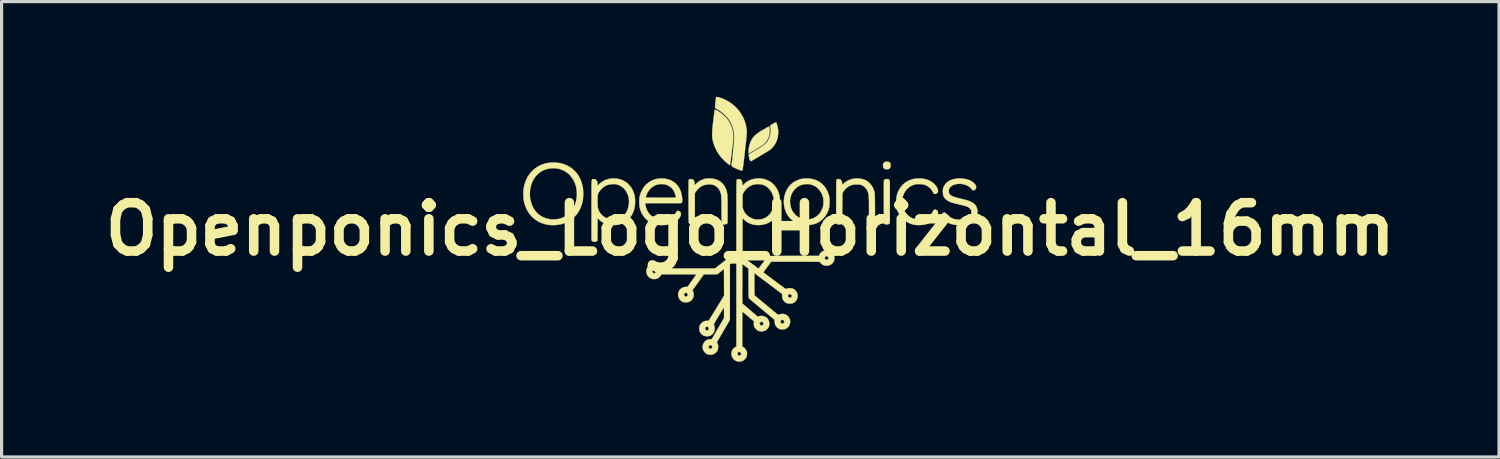
<source format=kicad_pcb>
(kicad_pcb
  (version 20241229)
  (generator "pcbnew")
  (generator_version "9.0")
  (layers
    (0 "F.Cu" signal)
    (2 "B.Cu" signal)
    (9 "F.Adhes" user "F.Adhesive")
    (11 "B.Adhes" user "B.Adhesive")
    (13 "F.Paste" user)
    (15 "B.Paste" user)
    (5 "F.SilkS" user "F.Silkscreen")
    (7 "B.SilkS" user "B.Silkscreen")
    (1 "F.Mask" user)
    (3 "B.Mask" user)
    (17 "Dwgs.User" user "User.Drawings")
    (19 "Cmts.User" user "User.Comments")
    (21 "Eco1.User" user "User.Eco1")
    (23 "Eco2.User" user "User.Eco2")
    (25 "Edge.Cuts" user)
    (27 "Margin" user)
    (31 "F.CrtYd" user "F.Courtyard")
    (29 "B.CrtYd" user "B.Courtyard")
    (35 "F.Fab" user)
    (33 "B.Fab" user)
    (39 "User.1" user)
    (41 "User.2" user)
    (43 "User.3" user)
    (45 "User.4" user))
  (footprint "Openponics_Logo_Horizontal_16mm"
    (layer "F.Cu")
    (at 20.581 4.168)
    (property "Reference" "Openponics_Logo_Horizontal_16mm" (at 0 0 0) (layer "F.SilkS") (effects (font (size 1.524 1.524) (thickness 0.3))))
    (attr through_hole)
    (fp_poly (pts (xy 4.315 -2.126) (xy 4.345 -2.123) (xy 4.365 -2.117) (xy 4.381 -2.107) (xy 4.392 -2.097) (xy 4.405 -2.083) (xy 4.412 -2.071) (xy 4.416 -2.054) (xy 4.417 -2.03) (xy 4.417 -2.009) (xy 4.417 -1.976) (xy 4.414 -1.955) (xy 4.409 -1.94) (xy 4.4 -1.928) (xy 4.397 -1.925) (xy 4.378 -1.906) (xy 4.359 -1.895) (xy 4.335 -1.889) (xy 4.318 -1.886) (xy 4.275 -1.887) (xy 4.251 -1.893) (xy 4.227 -1.904) (xy 4.208 -1.918) (xy 4.205 -1.921) (xy 4.189 -1.95) (xy 4.18 -1.987) (xy 4.179 -2.024) (xy 4.18 -2.03) (xy 4.193 -2.072) (xy 4.214 -2.101) (xy 4.246 -2.119) (xy 4.289 -2.126) (xy 4.315 -2.126)) (stroke (width 0.01) (type solid)) (fill yes) (layer "F.SilkS"))
    (fp_poly (pts (xy 4.337 -1.575) (xy 4.369 -1.56) (xy 4.388 -1.536) (xy 4.388 -1.534) (xy 4.39 -1.525) (xy 4.392 -1.507) (xy 4.393 -1.48) (xy 4.394 -1.441) (xy 4.395 -1.392) (xy 4.395 -1.33) (xy 4.396 -1.256) (xy 4.396 -1.169) (xy 4.396 -1.068) (xy 4.396 -0.952) (xy 4.396 -0.851) (xy 4.393 -0.189) (xy 4.371 -0.17) (xy 4.356 -0.159) (xy 4.338 -0.153) (xy 4.312 -0.151) (xy 4.297 -0.151) (xy 4.267 -0.152) (xy 4.248 -0.155) (xy 4.234 -0.163) (xy 4.226 -0.17) (xy 4.207 -0.19) (xy 4.207 -1.533) (xy 4.23 -1.556) (xy 4.247 -1.571) (xy 4.266 -1.578) (xy 4.292 -1.58) (xy 4.294 -1.58) (xy 4.337 -1.575)) (stroke (width 0.01) (type solid)) (fill yes) (layer "F.SilkS"))
    (fp_poly (pts (xy 0.596 -3.233) (xy 0.6 -3.222) (xy 0.604 -3.199) (xy 0.607 -3.166) (xy 0.609 -3.13) (xy 0.61 -3.078) (xy 0.609 -3.036) (xy 0.605 -2.999) (xy 0.6 -2.972) (xy 0.574 -2.887) (xy 0.533 -2.807) (xy 0.481 -2.735) (xy 0.418 -2.672) (xy 0.386 -2.648) (xy 0.37 -2.637) (xy 0.342 -2.62) (xy 0.306 -2.597) (xy 0.262 -2.57) (xy 0.213 -2.54) (xy 0.162 -2.509) (xy 0.111 -2.479) (xy 0.062 -2.449) (xy 0.017 -2.423) (xy -0.021 -2.4) (xy -0.05 -2.384) (xy -0.052 -2.389) (xy -0.054 -2.408) (xy -0.055 -2.435) (xy -0.055 -2.45) (xy -0.049 -2.544) (xy -0.029 -2.639) (xy 0.002 -2.732) (xy 0.043 -2.817) (xy 0.063 -2.85) (xy 0.089 -2.888) (xy 0.117 -2.922) (xy 0.149 -2.954) (xy 0.186 -2.987) (xy 0.23 -3.02) (xy 0.284 -3.057) (xy 0.348 -3.097) (xy 0.403 -3.131) (xy 0.465 -3.167) (xy 0.515 -3.196) (xy 0.552 -3.216) (xy 0.578 -3.228) (xy 0.593 -3.233) (xy 0.596 -3.233)) (stroke (width 0.01) (type solid)) (fill yes) (layer "F.SilkS"))
    (fp_poly (pts (xy 0.809 -3.363) (xy 0.817 -3.355) (xy 0.826 -3.337) (xy 0.837 -3.309) (xy 0.866 -3.206) (xy 0.88 -3.101) (xy 0.879 -2.996) (xy 0.864 -2.893) (xy 0.835 -2.794) (xy 0.791 -2.699) (xy 0.767 -2.66) (xy 0.733 -2.613) (xy 0.692 -2.565) (xy 0.648 -2.523) (xy 0.606 -2.489) (xy 0.603 -2.487) (xy 0.589 -2.478) (xy 0.564 -2.462) (xy 0.529 -2.441) (xy 0.487 -2.415) (xy 0.438 -2.386) (xy 0.386 -2.355) (xy 0.331 -2.322) (xy 0.276 -2.289) (xy 0.221 -2.256) (xy 0.17 -2.226) (xy 0.123 -2.198) (xy 0.083 -2.175) (xy 0.051 -2.156) (xy 0.029 -2.143) (xy 0.018 -2.137) (xy 0.018 -2.137) (xy 0.009 -2.142) (xy -0.002 -2.159) (xy -0.007 -2.168) (xy -0.018 -2.195) (xy -0.026 -2.218) (xy -0.032 -2.242) (xy -0.039 -2.273) (xy -0.043 -2.293) (xy -0.054 -2.35) (xy 0.167 -2.482) (xy 0.241 -2.526) (xy 0.302 -2.564) (xy 0.353 -2.597) (xy 0.395 -2.625) (xy 0.43 -2.65) (xy 0.458 -2.673) (xy 0.481 -2.695) (xy 0.502 -2.718) (xy 0.518 -2.737) (xy 0.568 -2.811) (xy 0.605 -2.89) (xy 0.629 -2.974) (xy 0.64 -3.066) (xy 0.638 -3.165) (xy 0.631 -3.235) (xy 0.626 -3.266) (xy 0.706 -3.313) (xy 0.739 -3.331) (xy 0.768 -3.347) (xy 0.79 -3.358) (xy 0.8 -3.363) (xy 0.809 -3.363)) (stroke (width 0.01) (type solid)) (fill yes) (layer "F.SilkS"))
    (fp_poly (pts (xy -1.087 -3.758) (xy -1.057 -3.743) (xy -1.02 -3.722) (xy -0.977 -3.695) (xy -0.945 -3.675) (xy -0.852 -3.603) (xy -0.768 -3.521) (xy -0.696 -3.429) (xy -0.636 -3.331) (xy -0.59 -3.226) (xy -0.565 -3.142) (xy -0.554 -3.091) (xy -0.545 -3.032) (xy -0.539 -2.971) (xy -0.535 -2.913) (xy -0.535 -2.864) (xy -0.536 -2.85) (xy -0.54 -2.811) (xy -0.545 -2.763) (xy -0.551 -2.706) (xy -0.558 -2.644) (xy -0.565 -2.576) (xy -0.574 -2.505) (xy -0.582 -2.434) (xy -0.591 -2.362) (xy -0.6 -2.293) (xy -0.608 -2.228) (xy -0.616 -2.168) (xy -0.623 -2.116) (xy -0.629 -2.073) (xy -0.634 -2.041) (xy -0.637 -2.022) (xy -0.639 -2.016) (xy -0.648 -2.021) (xy -0.667 -2.033) (xy -0.692 -2.051) (xy -0.704 -2.06) (xy -0.812 -2.152) (xy -0.909 -2.253) (xy -0.993 -2.363) (xy -1.065 -2.48) (xy -1.122 -2.603) (xy -1.166 -2.732) (xy -1.184 -2.804) (xy -1.191 -2.845) (xy -1.197 -2.885) (xy -1.2 -2.928) (xy -1.202 -2.974) (xy -1.201 -3.026) (xy -1.198 -3.084) (xy -1.193 -3.151) (xy -1.186 -3.229) (xy -1.177 -3.319) (xy -1.165 -3.422) (xy -1.163 -3.433) (xy -1.155 -3.503) (xy -1.147 -3.569) (xy -1.139 -3.627) (xy -1.132 -3.678) (xy -1.127 -3.718) (xy -1.122 -3.747) (xy -1.12 -3.763) (xy -1.119 -3.765) (xy -1.109 -3.765) (xy -1.087 -3.758)) (stroke (width 0.01) (type solid)) (fill yes) (layer "F.SilkS"))
    (fp_poly (pts (xy -1.042 -4.162) (xy -1.014 -4.158) (xy -0.974 -4.147) (xy -0.928 -4.133) (xy -0.878 -4.115) (xy -0.827 -4.094) (xy -0.78 -4.073) (xy -0.769 -4.067) (xy -0.653 -4.001) (xy -0.547 -3.924) (xy -0.45 -3.835) (xy -0.364 -3.738) (xy -0.289 -3.632) (xy -0.226 -3.52) (xy -0.176 -3.402) (xy -0.14 -3.28) (xy -0.118 -3.155) (xy -0.111 -3.039) (xy -0.112 -3.017) (xy -0.114 -2.982) (xy -0.118 -2.936) (xy -0.123 -2.88) (xy -0.13 -2.816) (xy -0.137 -2.744) (xy -0.146 -2.668) (xy -0.155 -2.587) (xy -0.164 -2.503) (xy -0.174 -2.419) (xy -0.183 -2.335) (xy -0.193 -2.253) (xy -0.203 -2.175) (xy -0.212 -2.101) (xy -0.22 -2.034) (xy -0.228 -1.974) (xy -0.235 -1.924) (xy -0.241 -1.884) (xy -0.246 -1.857) (xy -0.249 -1.843) (xy -0.25 -1.842) (xy -0.261 -1.844) (xy -0.283 -1.85) (xy -0.311 -1.858) (xy -0.318 -1.86) (xy -0.416 -1.896) (xy -0.514 -1.942) (xy -0.536 -1.954) (xy -0.565 -1.971) (xy -0.582 -1.982) (xy -0.59 -1.991) (xy -0.592 -2.002) (xy -0.591 -2.016) (xy -0.585 -2.057) (xy -0.579 -2.11) (xy -0.572 -2.172) (xy -0.564 -2.241) (xy -0.557 -2.315) (xy -0.549 -2.393) (xy -0.541 -2.472) (xy -0.533 -2.55) (xy -0.526 -2.625) (xy -0.52 -2.695) (xy -0.515 -2.759) (xy -0.511 -2.813) (xy -0.508 -2.856) (xy -0.506 -2.886) (xy -0.506 -2.893) (xy -0.513 -3.022) (xy -0.535 -3.144) (xy -0.571 -3.26) (xy -0.621 -3.368) (xy -0.685 -3.47) (xy -0.764 -3.564) (xy -0.856 -3.651) (xy -0.961 -3.73) (xy -1.039 -3.778) (xy -1.063 -3.791) (xy -1.081 -3.802) (xy -1.095 -3.812) (xy -1.104 -3.824) (xy -1.108 -3.84) (xy -1.11 -3.862) (xy -1.108 -3.892) (xy -1.104 -3.932) (xy -1.097 -3.985) (xy -1.093 -4.02) (xy -1.075 -4.163) (xy -1.042 -4.162)) (stroke (width 0.01) (type solid)) (fill yes) (layer "F.SilkS"))
    (fp_poly (pts (xy 1.86 -1.594) (xy 1.956 -1.579) (xy 2.045 -1.554) (xy 2.09 -1.537) (xy 2.176 -1.49) (xy 2.254 -1.431) (xy 2.324 -1.36) (xy 2.384 -1.278) (xy 2.433 -1.188) (xy 2.469 -1.091) (xy 2.478 -1.059) (xy 2.485 -1.028) (xy 2.49 -0.998) (xy 2.493 -0.966) (xy 2.495 -0.928) (xy 2.496 -0.878) (xy 2.496 -0.857) (xy 2.495 -0.792) (xy 2.492 -0.738) (xy 2.486 -0.692) (xy 2.477 -0.649) (xy 2.463 -0.606) (xy 2.447 -0.565) (xy 2.403 -0.474) (xy 2.347 -0.391) (xy 2.279 -0.318) (xy 2.203 -0.254) (xy 2.119 -0.203) (xy 2.042 -0.17) (xy 1.958 -0.147) (xy 1.866 -0.133) (xy 1.771 -0.128) (xy 1.681 -0.133) (xy 1.638 -0.139) (xy 1.535 -0.165) (xy 1.44 -0.205) (xy 1.354 -0.257) (xy 1.277 -0.32) (xy 1.21 -0.394) (xy 1.155 -0.478) (xy 1.111 -0.57) (xy 1.079 -0.671) (xy 1.061 -0.778) (xy 1.059 -0.813) (xy 1.059 -0.893) (xy 1.25 -0.893) (xy 1.254 -0.801) (xy 1.254 -0.796) (xy 1.274 -0.699) (xy 1.306 -0.61) (xy 1.352 -0.53) (xy 1.412 -0.458) (xy 1.428 -0.442) (xy 1.488 -0.395) (xy 1.556 -0.355) (xy 1.627 -0.325) (xy 1.671 -0.314) (xy 1.741 -0.305) (xy 1.817 -0.306) (xy 1.892 -0.316) (xy 1.942 -0.329) (xy 2.011 -0.357) (xy 2.078 -0.397) (xy 2.138 -0.445) (xy 2.167 -0.475) (xy 2.197 -0.514) (xy 2.227 -0.563) (xy 2.255 -0.618) (xy 2.278 -0.673) (xy 2.292 -0.714) (xy 2.301 -0.766) (xy 2.305 -0.827) (xy 2.305 -0.892) (xy 2.3 -0.954) (xy 2.29 -1.01) (xy 2.287 -1.02) (xy 2.255 -1.108) (xy 2.211 -1.187) (xy 2.157 -1.257) (xy 2.094 -1.316) (xy 2.022 -1.364) (xy 1.943 -1.397) (xy 1.904 -1.409) (xy 1.858 -1.416) (xy 1.805 -1.42) (xy 1.749 -1.42) (xy 1.696 -1.416) (xy 1.655 -1.409) (xy 1.571 -1.38) (xy 1.495 -1.338) (xy 1.427 -1.284) (xy 1.369 -1.22) (xy 1.321 -1.148) (xy 1.285 -1.069) (xy 1.261 -0.983) (xy 1.25 -0.893) (xy 1.059 -0.893) (xy 1.059 -0.923) (xy 1.073 -1.029) (xy 1.101 -1.13) (xy 1.141 -1.224) (xy 1.193 -1.311) (xy 1.257 -1.388) (xy 1.331 -1.455) (xy 1.36 -1.476) (xy 1.399 -1.499) (xy 1.448 -1.524) (xy 1.5 -1.547) (xy 1.549 -1.566) (xy 1.576 -1.575) (xy 1.666 -1.592) (xy 1.762 -1.598) (xy 1.86 -1.594)) (stroke (width 0.01) (type solid)) (fill yes) (layer "F.SilkS"))
    (fp_poly (pts (xy -6.074 -2.092) (xy -5.999 -2.081) (xy -5.994 -2.08) (xy -5.875 -2.048) (xy -5.765 -2.004) (xy -5.665 -1.947) (xy -5.575 -1.877) (xy -5.493 -1.795) (xy -5.444 -1.733) (xy -5.394 -1.656) (xy -5.35 -1.567) (xy -5.313 -1.47) (xy -5.286 -1.371) (xy -5.275 -1.315) (xy -5.267 -1.253) (xy -5.263 -1.182) (xy -5.261 -1.106) (xy -5.263 -1.031) (xy -5.269 -0.961) (xy -5.274 -0.916) (xy -5.303 -0.792) (xy -5.344 -0.677) (xy -5.397 -0.57) (xy -5.462 -0.474) (xy -5.537 -0.388) (xy -5.623 -0.314) (xy -5.718 -0.251) (xy -5.822 -0.2) (xy -5.934 -0.163) (xy -6.053 -0.138) (xy -6.179 -0.128) (xy -6.215 -0.128) (xy -6.26 -0.129) (xy -6.307 -0.132) (xy -6.349 -0.136) (xy -6.37 -0.139) (xy -6.49 -0.165) (xy -6.602 -0.205) (xy -6.705 -0.258) (xy -6.799 -0.322) (xy -6.884 -0.399) (xy -6.958 -0.487) (xy -7.021 -0.585) (xy -7.072 -0.693) (xy -7.111 -0.81) (xy -7.133 -0.906) (xy -7.14 -0.962) (xy -7.144 -1.029) (xy -7.146 -1.101) (xy -7.146 -1.145) (xy -6.944 -1.145) (xy -6.941 -1.033) (xy -6.926 -0.924) (xy -6.898 -0.819) (xy -6.86 -0.721) (xy -6.81 -0.63) (xy -6.749 -0.548) (xy -6.706 -0.504) (xy -6.656 -0.459) (xy -6.607 -0.423) (xy -6.553 -0.392) (xy -6.514 -0.373) (xy -6.414 -0.335) (xy -6.311 -0.313) (xy -6.205 -0.306) (xy -6.095 -0.314) (xy -6.041 -0.323) (xy -5.941 -0.351) (xy -5.849 -0.392) (xy -5.764 -0.445) (xy -5.689 -0.511) (xy -5.624 -0.587) (xy -5.568 -0.673) (xy -5.524 -0.768) (xy -5.49 -0.871) (xy -5.469 -0.981) (xy -5.461 -1.098) (xy -5.461 -1.112) (xy -5.468 -1.229) (xy -5.488 -1.34) (xy -5.521 -1.445) (xy -5.566 -1.541) (xy -5.622 -1.63) (xy -5.689 -1.709) (xy -5.766 -1.777) (xy -5.853 -1.833) (xy -5.94 -1.874) (xy -6.011 -1.896) (xy -6.091 -1.912) (xy -6.172 -1.92) (xy -6.206 -1.921) (xy -6.315 -1.913) (xy -6.417 -1.891) (xy -6.514 -1.856) (xy -6.602 -1.807) (xy -6.683 -1.746) (xy -6.754 -1.673) (xy -6.815 -1.589) (xy -6.866 -1.494) (xy -6.904 -1.391) (xy -6.91 -1.369) (xy -6.934 -1.257) (xy -6.944 -1.145) (xy -7.146 -1.145) (xy -7.145 -1.173) (xy -7.141 -1.241) (xy -7.134 -1.299) (xy -7.133 -1.31) (xy -7.103 -1.434) (xy -7.061 -1.549) (xy -7.006 -1.656) (xy -6.94 -1.752) (xy -6.863 -1.839) (xy -6.776 -1.914) (xy -6.679 -1.978) (xy -6.573 -2.029) (xy -6.459 -2.068) (xy -6.406 -2.08) (xy -6.33 -2.092) (xy -6.246 -2.098) (xy -6.159 -2.098) (xy -6.074 -2.092)) (stroke (width 0.01) (type solid)) (fill yes) (layer "F.SilkS"))
    (fp_poly (pts (xy -1.249 -1.596) (xy -1.185 -1.591) (xy -1.129 -1.582) (xy -1.123 -1.58) (xy -1.035 -1.55) (xy -0.958 -1.508) (xy -0.891 -1.455) (xy -0.835 -1.39) (xy -0.79 -1.316) (xy -0.775 -1.283) (xy -0.762 -1.252) (xy -0.751 -1.222) (xy -0.742 -1.19) (xy -0.734 -1.155) (xy -0.728 -1.117) (xy -0.723 -1.072) (xy -0.72 -1.021) (xy -0.718 -0.961) (xy -0.716 -0.892) (xy -0.715 -0.811) (xy -0.715 -0.717) (xy -0.716 -0.61) (xy -0.716 -0.593) (xy -0.718 -0.189) (xy -0.741 -0.17) (xy -0.765 -0.157) (xy -0.798 -0.15) (xy -0.834 -0.15) (xy -0.865 -0.157) (xy -0.882 -0.166) (xy -0.901 -0.181) (xy -0.906 -0.62) (xy -0.907 -0.716) (xy -0.907 -0.796) (xy -0.908 -0.864) (xy -0.909 -0.92) (xy -0.911 -0.966) (xy -0.912 -1.003) (xy -0.913 -1.033) (xy -0.915 -1.056) (xy -0.917 -1.075) (xy -0.92 -1.091) (xy -0.923 -1.106) (xy -0.927 -1.119) (xy -0.927 -1.12) (xy -0.95 -1.189) (xy -0.978 -1.246) (xy -1.015 -1.295) (xy -1.025 -1.306) (xy -1.076 -1.351) (xy -1.132 -1.383) (xy -1.196 -1.403) (xy -1.27 -1.412) (xy -1.298 -1.413) (xy -1.387 -1.405) (xy -1.47 -1.384) (xy -1.547 -1.348) (xy -1.615 -1.298) (xy -1.676 -1.235) (xy -1.706 -1.192) (xy -1.746 -1.132) (xy -1.746 -0.677) (xy -1.746 -0.576) (xy -1.746 -0.489) (xy -1.747 -0.416) (xy -1.747 -0.355) (xy -1.748 -0.306) (xy -1.75 -0.266) (xy -1.752 -0.235) (xy -1.755 -0.211) (xy -1.758 -0.193) (xy -1.763 -0.181) (xy -1.768 -0.172) (xy -1.774 -0.166) (xy -1.782 -0.161) (xy -1.785 -0.159) (xy -1.806 -0.153) (xy -1.836 -0.151) (xy -1.867 -0.152) (xy -1.895 -0.157) (xy -1.911 -0.163) (xy -1.925 -0.179) (xy -1.935 -0.201) (xy -1.936 -0.205) (xy -1.938 -0.217) (xy -1.939 -0.243) (xy -1.94 -0.282) (xy -1.941 -0.333) (xy -1.942 -0.393) (xy -1.942 -0.462) (xy -1.943 -0.538) (xy -1.944 -0.62) (xy -1.944 -0.706) (xy -1.944 -0.794) (xy -1.945 -0.884) (xy -1.945 -0.974) (xy -1.945 -1.062) (xy -1.945 -1.148) (xy -1.944 -1.229) (xy -1.944 -1.304) (xy -1.943 -1.372) (xy -1.943 -1.431) (xy -1.942 -1.48) (xy -1.941 -1.518) (xy -1.94 -1.542) (xy -1.939 -1.552) (xy -1.939 -1.553) (xy -1.919 -1.569) (xy -1.89 -1.577) (xy -1.857 -1.579) (xy -1.823 -1.571) (xy -1.815 -1.568) (xy -1.788 -1.549) (xy -1.771 -1.521) (xy -1.76 -1.482) (xy -1.756 -1.445) (xy -1.753 -1.385) (xy -1.694 -1.442) (xy -1.631 -1.494) (xy -1.558 -1.538) (xy -1.479 -1.571) (xy -1.433 -1.584) (xy -1.379 -1.593) (xy -1.316 -1.597) (xy -1.249 -1.596)) (stroke (width 0.01) (type solid)) (fill yes) (layer "F.SilkS"))
    (fp_poly (pts (xy 5.43 -1.591) (xy 5.532 -1.571) (xy 5.624 -1.539) (xy 5.708 -1.494) (xy 5.782 -1.436) (xy 5.814 -1.404) (xy 5.861 -1.345) (xy 5.894 -1.287) (xy 5.91 -1.23) (xy 5.912 -1.214) (xy 5.913 -1.187) (xy 5.911 -1.169) (xy 5.903 -1.156) (xy 5.892 -1.144) (xy 5.866 -1.125) (xy 5.836 -1.112) (xy 5.807 -1.107) (xy 5.795 -1.109) (xy 5.784 -1.118) (xy 5.768 -1.14) (xy 5.751 -1.172) (xy 5.75 -1.173) (xy 5.708 -1.241) (xy 5.654 -1.301) (xy 5.589 -1.35) (xy 5.517 -1.388) (xy 5.453 -1.409) (xy 5.41 -1.416) (xy 5.358 -1.419) (xy 5.302 -1.42) (xy 5.249 -1.418) (xy 5.203 -1.412) (xy 5.187 -1.409) (xy 5.102 -1.379) (xy 5.024 -1.337) (xy 4.955 -1.283) (xy 4.897 -1.218) (xy 4.851 -1.143) (xy 4.849 -1.139) (xy 4.826 -1.089) (xy 4.81 -1.044) (xy 4.799 -0.999) (xy 4.793 -0.95) (xy 4.791 -0.892) (xy 4.79 -0.861) (xy 4.791 -0.813) (xy 4.792 -0.776) (xy 4.795 -0.747) (xy 4.8 -0.721) (xy 4.808 -0.694) (xy 4.809 -0.691) (xy 4.844 -0.599) (xy 4.89 -0.52) (xy 4.945 -0.453) (xy 5.011 -0.397) (xy 5.087 -0.353) (xy 5.148 -0.328) (xy 5.176 -0.319) (xy 5.2 -0.313) (xy 5.225 -0.309) (xy 5.255 -0.307) (xy 5.294 -0.307) (xy 5.318 -0.306) (xy 5.364 -0.307) (xy 5.398 -0.308) (xy 5.425 -0.311) (xy 5.45 -0.316) (xy 5.476 -0.324) (xy 5.489 -0.328) (xy 5.546 -0.353) (xy 5.602 -0.384) (xy 5.651 -0.421) (xy 5.688 -0.458) (xy 5.706 -0.483) (xy 5.727 -0.516) (xy 5.747 -0.55) (xy 5.75 -0.555) (xy 5.771 -0.589) (xy 5.789 -0.61) (xy 5.808 -0.619) (xy 5.831 -0.618) (xy 5.851 -0.611) (xy 5.884 -0.59) (xy 5.905 -0.56) (xy 5.913 -0.522) (xy 5.908 -0.479) (xy 5.89 -0.432) (xy 5.845 -0.36) (xy 5.788 -0.296) (xy 5.719 -0.241) (xy 5.641 -0.196) (xy 5.554 -0.161) (xy 5.516 -0.151) (xy 5.464 -0.141) (xy 5.402 -0.134) (xy 5.335 -0.13) (xy 5.269 -0.13) (xy 5.208 -0.133) (xy 5.165 -0.139) (xy 5.068 -0.164) (xy 4.979 -0.202) (xy 4.896 -0.252) (xy 4.818 -0.318) (xy 4.802 -0.333) (xy 4.737 -0.407) (xy 4.685 -0.484) (xy 4.645 -0.567) (xy 4.617 -0.659) (xy 4.607 -0.704) (xy 4.601 -0.751) (xy 4.597 -0.808) (xy 4.596 -0.87) (xy 4.598 -0.931) (xy 4.602 -0.987) (xy 4.608 -1.03) (xy 4.637 -1.135) (xy 4.679 -1.231) (xy 4.733 -1.318) (xy 4.797 -1.394) (xy 4.872 -1.46) (xy 4.958 -1.514) (xy 5.052 -1.555) (xy 5.072 -1.562) (xy 5.129 -1.578) (xy 5.181 -1.589) (xy 5.236 -1.595) (xy 5.299 -1.597) (xy 5.318 -1.597) (xy 5.43 -1.591)) (stroke (width 0.01) (type solid)) (fill yes) (layer "F.SilkS"))
    (fp_poly (pts (xy 3.43 -1.595) (xy 3.516 -1.582) (xy 3.59 -1.56) (xy 3.656 -1.529) (xy 3.717 -1.487) (xy 3.763 -1.445) (xy 3.818 -1.38) (xy 3.862 -1.306) (xy 3.895 -1.221) (xy 3.907 -1.183) (xy 3.91 -1.168) (xy 3.913 -1.154) (xy 3.916 -1.138) (xy 3.918 -1.12) (xy 3.92 -1.099) (xy 3.922 -1.072) (xy 3.923 -1.039) (xy 3.924 -0.998) (xy 3.925 -0.947) (xy 3.925 -0.886) (xy 3.926 -0.813) (xy 3.927 -0.726) (xy 3.927 -0.658) (xy 3.93 -0.201) (xy 3.909 -0.176) (xy 3.896 -0.162) (xy 3.884 -0.155) (xy 3.867 -0.152) (xy 3.84 -0.151) (xy 3.835 -0.151) (xy 3.799 -0.153) (xy 3.775 -0.159) (xy 3.758 -0.172) (xy 3.748 -0.188) (xy 3.746 -0.198) (xy 3.744 -0.217) (xy 3.742 -0.248) (xy 3.741 -0.291) (xy 3.74 -0.346) (xy 3.739 -0.415) (xy 3.739 -0.498) (xy 3.739 -0.596) (xy 3.739 -0.606) (xy 3.738 -0.706) (xy 3.738 -0.793) (xy 3.737 -0.866) (xy 3.736 -0.928) (xy 3.734 -0.98) (xy 3.732 -1.024) (xy 3.728 -1.06) (xy 3.724 -1.091) (xy 3.719 -1.119) (xy 3.713 -1.143) (xy 3.705 -1.167) (xy 3.699 -1.185) (xy 3.666 -1.251) (xy 3.62 -1.308) (xy 3.564 -1.356) (xy 3.5 -1.39) (xy 3.479 -1.398) (xy 3.459 -1.403) (xy 3.434 -1.406) (xy 3.402 -1.408) (xy 3.359 -1.409) (xy 3.354 -1.409) (xy 3.286 -1.407) (xy 3.229 -1.4) (xy 3.179 -1.386) (xy 3.131 -1.366) (xy 3.082 -1.336) (xy 3.077 -1.333) (xy 3.021 -1.291) (xy 2.975 -1.243) (xy 2.934 -1.186) (xy 2.928 -1.176) (xy 2.901 -1.132) (xy 2.897 -0.662) (xy 2.893 -0.192) (xy 2.874 -0.171) (xy 2.862 -0.16) (xy 2.848 -0.154) (xy 2.827 -0.152) (xy 2.803 -0.151) (xy 2.774 -0.152) (xy 2.751 -0.154) (xy 2.74 -0.156) (xy 2.73 -0.166) (xy 2.719 -0.183) (xy 2.718 -0.183) (xy 2.716 -0.189) (xy 2.714 -0.198) (xy 2.713 -0.212) (xy 2.712 -0.231) (xy 2.71 -0.257) (xy 2.709 -0.291) (xy 2.709 -0.333) (xy 2.708 -0.384) (xy 2.707 -0.446) (xy 2.707 -0.52) (xy 2.707 -0.605) (xy 2.707 -0.705) (xy 2.707 -0.818) (xy 2.707 -0.88) (xy 2.707 -1.001) (xy 2.707 -1.107) (xy 2.707 -1.199) (xy 2.707 -1.278) (xy 2.707 -1.346) (xy 2.708 -1.402) (xy 2.709 -1.448) (xy 2.711 -1.486) (xy 2.713 -1.515) (xy 2.716 -1.537) (xy 2.719 -1.553) (xy 2.724 -1.564) (xy 2.729 -1.571) (xy 2.736 -1.575) (xy 2.743 -1.577) (xy 2.752 -1.577) (xy 2.762 -1.577) (xy 2.769 -1.578) (xy 2.811 -1.576) (xy 2.843 -1.561) (xy 2.868 -1.533) (xy 2.885 -1.492) (xy 2.893 -1.445) (xy 2.898 -1.393) (xy 2.948 -1.441) (xy 3.02 -1.499) (xy 3.1 -1.544) (xy 3.188 -1.576) (xy 3.281 -1.594) (xy 3.379 -1.598) (xy 3.43 -1.595)) (stroke (width 0.01) (type solid)) (fill yes) (layer "F.SilkS"))
    (fp_poly (pts (xy -2.684 -1.59) (xy -2.586 -1.569) (xy -2.496 -1.536) (xy -2.414 -1.49) (xy -2.343 -1.432) (xy -2.281 -1.363) (xy -2.23 -1.283) (xy -2.19 -1.194) (xy -2.163 -1.094) (xy -2.147 -0.986) (xy -2.145 -0.955) (xy -2.144 -0.915) (xy -2.143 -0.887) (xy -2.144 -0.868) (xy -2.147 -0.856) (xy -2.153 -0.847) (xy -2.162 -0.838) (xy -2.182 -0.818) (xy -3.311 -0.818) (xy -3.306 -0.78) (xy -3.285 -0.683) (xy -3.253 -0.596) (xy -3.208 -0.519) (xy -3.152 -0.452) (xy -3.085 -0.397) (xy -3.008 -0.352) (xy -2.921 -0.32) (xy -2.92 -0.32) (xy -2.878 -0.312) (xy -2.826 -0.307) (xy -2.769 -0.306) (xy -2.711 -0.307) (xy -2.659 -0.312) (xy -2.619 -0.32) (xy -2.544 -0.347) (xy -2.474 -0.385) (xy -2.413 -0.432) (xy -2.364 -0.487) (xy -2.35 -0.506) (xy -2.327 -0.541) (xy -2.31 -0.564) (xy -2.295 -0.577) (xy -2.28 -0.58) (xy -2.262 -0.576) (xy -2.241 -0.566) (xy -2.209 -0.544) (xy -2.19 -0.514) (xy -2.183 -0.477) (xy -2.189 -0.436) (xy -2.208 -0.392) (xy -2.239 -0.346) (xy -2.274 -0.307) (xy -2.341 -0.251) (xy -2.42 -0.205) (xy -2.51 -0.169) (xy -2.611 -0.143) (xy -2.631 -0.139) (xy -2.673 -0.134) (xy -2.725 -0.13) (xy -2.779 -0.128) (xy -2.831 -0.129) (xy -2.875 -0.131) (xy -2.885 -0.133) (xy -2.935 -0.142) (xy -2.991 -0.156) (xy -3.045 -0.172) (xy -3.092 -0.19) (xy -3.099 -0.193) (xy -3.173 -0.233) (xy -3.239 -0.279) (xy -3.301 -0.337) (xy -3.307 -0.343) (xy -3.365 -0.413) (xy -3.412 -0.487) (xy -3.449 -0.568) (xy -3.477 -0.66) (xy -3.482 -0.679) (xy -3.491 -0.733) (xy -3.496 -0.798) (xy -3.497 -0.868) (xy -3.494 -0.937) (xy -3.488 -0.999) (xy -3.294 -0.999) (xy -3.294 -0.999) (xy -3.286 -0.998) (xy -3.264 -0.996) (xy -3.229 -0.995) (xy -3.182 -0.995) (xy -3.124 -0.994) (xy -3.058 -0.993) (xy -2.983 -0.993) (xy -2.903 -0.992) (xy -2.818 -0.992) (xy -2.817 -0.992) (xy -2.34 -0.992) (xy -2.346 -1.026) (xy -2.356 -1.07) (xy -2.372 -1.12) (xy -2.392 -1.17) (xy -2.413 -1.214) (xy -2.424 -1.233) (xy -2.474 -1.294) (xy -2.535 -1.345) (xy -2.604 -1.384) (xy -2.672 -1.408) (xy -2.717 -1.416) (xy -2.771 -1.42) (xy -2.828 -1.42) (xy -2.881 -1.415) (xy -2.917 -1.409) (xy -2.997 -1.381) (xy -3.072 -1.338) (xy -3.138 -1.285) (xy -3.195 -1.22) (xy -3.236 -1.155) (xy -3.253 -1.12) (xy -3.269 -1.083) (xy -3.282 -1.047) (xy -3.291 -1.018) (xy -3.294 -0.999) (xy -3.488 -0.999) (xy -3.487 -1.002) (xy -3.478 -1.051) (xy -3.445 -1.153) (xy -3.4 -1.248) (xy -3.344 -1.334) (xy -3.277 -1.409) (xy -3.201 -1.472) (xy -3.117 -1.524) (xy -3.06 -1.549) (xy -2.993 -1.572) (xy -2.928 -1.587) (xy -2.861 -1.595) (xy -2.79 -1.597) (xy -2.684 -1.59)) (stroke (width 0.01) (type solid)) (fill yes) (layer "F.SilkS"))
    (fp_poly (pts (xy 6.707 -1.591) (xy 6.803 -1.576) (xy 6.889 -1.549) (xy 6.967 -1.511) (xy 6.974 -1.507) (xy 7.025 -1.471) (xy 7.066 -1.432) (xy 7.094 -1.392) (xy 7.111 -1.353) (xy 7.115 -1.315) (xy 7.106 -1.28) (xy 7.083 -1.25) (xy 7.067 -1.237) (xy 7.04 -1.224) (xy 7.016 -1.224) (xy 6.993 -1.238) (xy 6.972 -1.26) (xy 6.94 -1.297) (xy 6.91 -1.325) (xy 6.877 -1.348) (xy 6.836 -1.371) (xy 6.83 -1.373) (xy 6.761 -1.402) (xy 6.688 -1.42) (xy 6.615 -1.429) (xy 6.543 -1.427) (xy 6.474 -1.417) (xy 6.411 -1.398) (xy 6.355 -1.37) (xy 6.308 -1.334) (xy 6.273 -1.291) (xy 6.268 -1.282) (xy 6.256 -1.246) (xy 6.251 -1.204) (xy 6.253 -1.162) (xy 6.263 -1.126) (xy 6.267 -1.119) (xy 6.286 -1.092) (xy 6.312 -1.069) (xy 6.345 -1.048) (xy 6.388 -1.028) (xy 6.442 -1.009) (xy 6.509 -0.99) (xy 6.552 -0.979) (xy 6.606 -0.966) (xy 6.666 -0.951) (xy 6.727 -0.936) (xy 6.774 -0.925) (xy 6.867 -0.898) (xy 6.946 -0.866) (xy 7.011 -0.83) (xy 7.063 -0.789) (xy 7.102 -0.743) (xy 7.12 -0.712) (xy 7.145 -0.643) (xy 7.156 -0.572) (xy 7.153 -0.499) (xy 7.137 -0.429) (xy 7.107 -0.363) (xy 7.066 -0.303) (xy 7.013 -0.251) (xy 7.007 -0.247) (xy 6.954 -0.213) (xy 6.892 -0.182) (xy 6.827 -0.158) (xy 6.787 -0.147) (xy 6.758 -0.142) (xy 6.718 -0.137) (xy 6.671 -0.134) (xy 6.622 -0.131) (xy 6.573 -0.129) (xy 6.529 -0.129) (xy 6.495 -0.13) (xy 6.477 -0.132) (xy 6.458 -0.135) (xy 6.431 -0.14) (xy 6.41 -0.143) (xy 6.328 -0.163) (xy 6.252 -0.191) (xy 6.182 -0.226) (xy 6.122 -0.268) (xy 6.073 -0.315) (xy 6.047 -0.349) (xy 6.032 -0.381) (xy 6.025 -0.417) (xy 6.026 -0.451) (xy 6.035 -0.477) (xy 6.037 -0.48) (xy 6.062 -0.503) (xy 6.092 -0.519) (xy 6.117 -0.524) (xy 6.134 -0.521) (xy 6.149 -0.51) (xy 6.164 -0.492) (xy 6.208 -0.441) (xy 6.264 -0.395) (xy 6.33 -0.356) (xy 6.403 -0.326) (xy 6.435 -0.316) (xy 6.474 -0.308) (xy 6.515 -0.302) (xy 6.564 -0.3) (xy 6.596 -0.299) (xy 6.68 -0.303) (xy 6.751 -0.314) (xy 6.812 -0.334) (xy 6.865 -0.362) (xy 6.907 -0.398) (xy 6.941 -0.441) (xy 6.961 -0.488) (xy 6.967 -0.536) (xy 6.96 -0.584) (xy 6.939 -0.628) (xy 6.906 -0.666) (xy 6.887 -0.68) (xy 6.857 -0.697) (xy 6.817 -0.714) (xy 6.765 -0.732) (xy 6.702 -0.75) (xy 6.624 -0.769) (xy 6.555 -0.785) (xy 6.471 -0.805) (xy 6.4 -0.823) (xy 6.341 -0.84) (xy 6.292 -0.858) (xy 6.251 -0.877) (xy 6.215 -0.898) (xy 6.183 -0.922) (xy 6.16 -0.942) (xy 6.123 -0.979) (xy 6.097 -1.016) (xy 6.08 -1.057) (xy 6.07 -1.105) (xy 6.066 -1.163) (xy 6.065 -1.205) (xy 6.066 -1.237) (xy 6.069 -1.263) (xy 6.076 -1.288) (xy 6.08 -1.302) (xy 6.112 -1.374) (xy 6.156 -1.437) (xy 6.213 -1.489) (xy 6.281 -1.532) (xy 6.36 -1.564) (xy 6.449 -1.585) (xy 6.549 -1.596) (xy 6.6 -1.597) (xy 6.707 -1.591)) (stroke (width 0.01) (type solid)) (fill yes) (layer "F.SilkS"))
    (fp_poly (pts (xy -4.18 -1.589) (xy -4.1 -1.571) (xy -4.007 -1.535) (xy -3.922 -1.486) (xy -3.847 -1.425) (xy -3.781 -1.352) (xy -3.725 -1.269) (xy -3.681 -1.176) (xy -3.649 -1.075) (xy -3.64 -1.032) (xy -3.63 -0.951) (xy -3.627 -0.862) (xy -3.632 -0.771) (xy -3.644 -0.683) (xy -3.663 -0.603) (xy -3.67 -0.583) (xy -3.711 -0.484) (xy -3.763 -0.397) (xy -3.826 -0.321) (xy -3.9 -0.257) (xy -3.984 -0.204) (xy -4.079 -0.163) (xy -4.109 -0.154) (xy -4.138 -0.145) (xy -4.164 -0.139) (xy -4.19 -0.135) (xy -4.221 -0.133) (xy -4.26 -0.132) (xy -4.302 -0.132) (xy -4.368 -0.133) (xy -4.423 -0.136) (xy -4.471 -0.144) (xy -4.515 -0.155) (xy -4.561 -0.172) (xy -4.61 -0.195) (xy -4.656 -0.219) (xy -4.695 -0.245) (xy -4.733 -0.278) (xy -4.747 -0.291) (xy -4.81 -0.351) (xy -4.814 0.359) (xy -4.836 0.378) (xy -4.853 0.389) (xy -4.872 0.395) (xy -4.9 0.397) (xy -4.906 0.397) (xy -4.935 0.396) (xy -4.953 0.392) (xy -4.968 0.382) (xy -4.977 0.374) (xy -5.001 0.35) (xy -5.001 -0.602) (xy -5.001 -0.746) (xy -5.001 -0.876) (xy -5.001 -0.909) (xy -4.811 -0.909) (xy -4.811 -0.853) (xy -4.81 -0.798) (xy -4.808 -0.747) (xy -4.805 -0.704) (xy -4.801 -0.67) (xy -4.798 -0.655) (xy -4.77 -0.577) (xy -4.728 -0.507) (xy -4.674 -0.444) (xy -4.609 -0.392) (xy -4.534 -0.35) (xy -4.45 -0.319) (xy -4.425 -0.313) (xy -4.38 -0.306) (xy -4.325 -0.305) (xy -4.267 -0.307) (xy -4.212 -0.314) (xy -4.167 -0.325) (xy -4.097 -0.354) (xy -4.029 -0.397) (xy -3.968 -0.45) (xy -3.918 -0.51) (xy -3.9 -0.537) (xy -3.866 -0.609) (xy -3.84 -0.691) (xy -3.824 -0.778) (xy -3.819 -0.867) (xy -3.82 -0.904) (xy -3.826 -0.968) (xy -3.837 -1.025) (xy -3.855 -1.079) (xy -3.881 -1.139) (xy -3.886 -1.149) (xy -3.93 -1.223) (xy -3.986 -1.288) (xy -4.051 -1.341) (xy -4.123 -1.383) (xy -4.196 -1.408) (xy -4.267 -1.42) (xy -4.344 -1.42) (xy -4.422 -1.411) (xy -4.498 -1.392) (xy -4.565 -1.364) (xy -4.566 -1.363) (xy -4.621 -1.328) (xy -4.676 -1.28) (xy -4.726 -1.224) (xy -4.768 -1.165) (xy -4.798 -1.107) (xy -4.802 -1.088) (xy -4.806 -1.055) (xy -4.809 -1.013) (xy -4.81 -0.963) (xy -4.811 -0.909) (xy -5.001 -0.909) (xy -5.001 -0.992) (xy -5.001 -1.094) (xy -5.001 -1.183) (xy -5 -1.261) (xy -5 -1.328) (xy -4.999 -1.385) (xy -4.998 -1.432) (xy -4.996 -1.471) (xy -4.994 -1.503) (xy -4.992 -1.527) (xy -4.989 -1.546) (xy -4.985 -1.559) (xy -4.981 -1.568) (xy -4.976 -1.574) (xy -4.97 -1.577) (xy -4.963 -1.578) (xy -4.956 -1.578) (xy -4.948 -1.577) (xy -4.938 -1.578) (xy -4.938 -1.578) (xy -4.898 -1.576) (xy -4.866 -1.563) (xy -4.842 -1.537) (xy -4.825 -1.498) (xy -4.815 -1.445) (xy -4.813 -1.428) (xy -4.808 -1.363) (xy -4.784 -1.392) (xy -4.759 -1.419) (xy -4.724 -1.45) (xy -4.684 -1.481) (xy -4.643 -1.509) (xy -4.62 -1.522) (xy -4.543 -1.557) (xy -4.457 -1.582) (xy -4.366 -1.595) (xy -4.272 -1.598) (xy -4.18 -1.589)) (stroke (width 0.01) (type solid)) (fill yes) (layer "F.SilkS"))
    (fp_poly (pts (xy 0.338 -1.595) (xy 0.439 -1.577) (xy 0.533 -1.545) (xy 0.619 -1.501) (xy 0.696 -1.445) (xy 0.763 -1.378) (xy 0.821 -1.3) (xy 0.867 -1.212) (xy 0.902 -1.116) (xy 0.925 -1.011) (xy 0.934 -0.913) (xy 0.935 -0.821) (xy 0.929 -0.74) (xy 0.916 -0.665) (xy 0.896 -0.591) (xy 0.894 -0.586) (xy 0.852 -0.486) (xy 0.8 -0.398) (xy 0.738 -0.321) (xy 0.665 -0.257) (xy 0.584 -0.205) (xy 0.493 -0.167) (xy 0.394 -0.141) (xy 0.287 -0.13) (xy 0.286 -0.129) (xy 0.179 -0.132) (xy 0.079 -0.148) (xy -0.013 -0.178) (xy -0.097 -0.222) (xy -0.174 -0.279) (xy -0.203 -0.307) (xy -0.246 -0.351) (xy -0.246 0.865) (xy -0.006 1.046) (xy 0.048 1.087) (xy 0.099 1.125) (xy 0.145 1.159) (xy 0.184 1.188) (xy 0.215 1.212) (xy 0.236 1.228) (xy 0.246 1.236) (xy 0.247 1.236) (xy 0.251 1.237) (xy 0.258 1.234) (xy 0.268 1.226) (xy 0.281 1.211) (xy 0.3 1.188) (xy 0.325 1.156) (xy 0.357 1.114) (xy 0.398 1.06) (xy 0.402 1.054) (xy 0.438 1.006) (xy 0.472 0.961) (xy 0.502 0.922) (xy 0.521 0.898) (xy 2.344 0.898) (xy 2.345 0.925) (xy 2.361 0.949) (xy 2.386 0.965) (xy 2.413 0.967) (xy 2.438 0.955) (xy 2.443 0.951) (xy 2.459 0.924) (xy 2.462 0.897) (xy 2.452 0.873) (xy 2.432 0.856) (xy 2.403 0.849) (xy 2.402 0.849) (xy 2.376 0.854) (xy 2.358 0.87) (xy 2.344 0.898) (xy 0.521 0.898) (xy 0.527 0.89) (xy 0.546 0.866) (xy 0.558 0.854) (xy 0.559 0.852) (xy 0.564 0.851) (xy 0.573 0.849) (xy 0.588 0.847) (xy 0.608 0.846) (xy 0.636 0.845) (xy 0.672 0.844) (xy 0.716 0.843) (xy 0.77 0.843) (xy 0.835 0.842) (xy 0.911 0.842) (xy 0.999 0.842) (xy 1.101 0.842) (xy 1.216 0.841) (xy 1.346 0.841) (xy 1.369 0.841) (xy 2.163 0.841) (xy 2.18 0.803) (xy 2.211 0.753) (xy 2.252 0.714) (xy 2.3 0.685) (xy 2.352 0.668) (xy 2.407 0.662) (xy 2.462 0.669) (xy 2.515 0.687) (xy 2.563 0.719) (xy 2.584 0.739) (xy 2.617 0.784) (xy 2.638 0.83) (xy 2.646 0.883) (xy 2.647 0.905) (xy 2.644 0.955) (xy 2.635 0.995) (xy 2.618 1.031) (xy 2.595 1.063) (xy 2.553 1.105) (xy 2.501 1.134) (xy 2.443 1.149) (xy 2.409 1.151) (xy 2.374 1.149) (xy 2.339 1.144) (xy 2.315 1.138) (xy 2.29 1.126) (xy 2.261 1.107) (xy 2.233 1.085) (xy 2.21 1.063) (xy 2.196 1.043) (xy 2.195 1.039) (xy 2.193 1.037) (xy 2.191 1.035) (xy 2.187 1.033) (xy 2.18 1.031) (xy 2.169 1.029) (xy 2.152 1.028) (xy 2.131 1.027) (xy 2.102 1.026) (xy 2.066 1.026) (xy 2.021 1.025) (xy 1.966 1.025) (xy 1.901 1.024) (xy 1.825 1.024) (xy 1.736 1.024) (xy 1.634 1.024) (xy 1.518 1.024) (xy 1.424 1.024) (xy 0.658 1.024) (xy 0.536 1.189) (xy 0.503 1.233) (xy 0.473 1.274) (xy 0.449 1.308) (xy 0.43 1.335) (xy 0.418 1.352) (xy 0.415 1.359) (xy 0.422 1.365) (xy 0.44 1.38) (xy 0.468 1.402) (xy 0.505 1.43) (xy 0.549 1.464) (xy 0.598 1.501) (xy 0.652 1.541) (xy 0.708 1.584) (xy 0.766 1.627) (xy 0.824 1.67) (xy 0.881 1.712) (xy 0.935 1.752) (xy 0.984 1.788) (xy 1.028 1.82) (xy 1.065 1.847) (xy 1.094 1.867) (xy 1.112 1.88) (xy 1.119 1.884) (xy 1.133 1.88) (xy 1.156 1.873) (xy 1.167 1.869) (xy 1.212 1.859) (xy 1.264 1.858) (xy 1.316 1.867) (xy 1.362 1.884) (xy 1.364 1.885) (xy 1.413 1.92) (xy 1.45 1.964) (xy 1.476 2.014) (xy 1.49 2.069) (xy 1.491 2.125) (xy 1.48 2.18) (xy 1.457 2.232) (xy 1.42 2.278) (xy 1.419 2.279) (xy 1.38 2.311) (xy 1.338 2.332) (xy 1.29 2.342) (xy 1.246 2.345) (xy 1.191 2.341) (xy 1.146 2.329) (xy 1.106 2.306) (xy 1.072 2.277) (xy 1.039 2.237) (xy 1.017 2.195) (xy 1.006 2.146) (xy 1.003 2.105) (xy 1.003 2.101) (xy 1.183 2.101) (xy 1.189 2.123) (xy 1.205 2.145) (xy 1.225 2.159) (xy 1.225 2.159) (xy 1.253 2.162) (xy 1.279 2.15) (xy 1.292 2.138) (xy 1.304 2.12) (xy 1.31 2.103) (xy 1.31 2.102) (xy 1.303 2.085) (xy 1.288 2.065) (xy 1.268 2.048) (xy 1.249 2.04) (xy 1.246 2.04) (xy 1.229 2.046) (xy 1.209 2.061) (xy 1.192 2.08) (xy 1.183 2.098) (xy 1.183 2.101) (xy 1.003 2.101) (xy 1.002 2.04) (xy 0.127 1.38) (xy 0.129 1.732) (xy 0.131 2.083) (xy 0.488 2.379) (xy 0.554 2.434) (xy 0.616 2.485) (xy 0.673 2.533) (xy 0.725 2.576) (xy 0.771 2.613) (xy 0.808 2.644) (xy 0.837 2.667) (xy 0.855 2.682) (xy 0.862 2.688) (xy 0.873 2.693) (xy 0.885 2.695) (xy 0.903 2.691) (xy 0.93 2.682) (xy 0.992 2.669) (xy 1.051 2.671) (xy 1.107 2.687) (xy 1.158 2.716) (xy 1.2 2.757) (xy 1.23 2.804) (xy 1.25 2.86) (xy 1.256 2.919) (xy 1.248 2.977) (xy 1.227 3.032) (xy 1.197 3.076) (xy 1.171 3.101) (xy 1.141 3.124) (xy 1.124 3.134) (xy 1.102 3.144) (xy 1.081 3.151) (xy 1.056 3.154) (xy 1.021 3.155) (xy 1.012 3.155) (xy 0.973 3.154) (xy 0.945 3.151) (xy 0.923 3.145) (xy 0.904 3.137) (xy 0.851 3.103) (xy 0.811 3.059) (xy 0.783 3.006) (xy 0.768 2.945) (xy 0.766 2.917) (xy 0.952 2.917) (xy 0.96 2.945) (xy 0.973 2.96) (xy 1.001 2.974) (xy 1.028 2.973) (xy 1.052 2.957) (xy 1.068 2.932) (xy 1.07 2.905) (xy 1.058 2.88) (xy 1.035 2.861) (xy 1.021 2.855) (xy 1.003 2.855) (xy 0.981 2.864) (xy 0.963 2.877) (xy 0.957 2.886) (xy 0.952 2.917) (xy 0.766 2.917) (xy 0.766 2.912) (xy 0.765 2.852) (xy 0.365 2.52) (xy 0.296 2.463) (xy 0.23 2.408) (xy 0.169 2.357) (xy 0.113 2.31) (xy 0.064 2.269) (xy 0.023 2.234) (xy -0.009 2.205) (xy -0.032 2.185) (xy -0.044 2.174) (xy -0.045 2.172) (xy -0.048 2.164) (xy -0.049 2.148) (xy -0.051 2.122) (xy -0.052 2.086) (xy -0.053 2.039) (xy -0.054 1.98) (xy -0.055 1.909) (xy -0.055 1.823) (xy -0.055 1.722) (xy -0.055 1.699) (xy -0.056 1.242) (xy -0.153 1.169) (xy -0.25 1.096) (xy -0.252 1.713) (xy -0.252 1.811) (xy -0.253 1.904) (xy -0.253 1.991) (xy -0.253 2.071) (xy -0.253 2.143) (xy -0.252 2.206) (xy -0.252 2.258) (xy -0.252 2.298) (xy -0.251 2.325) (xy -0.251 2.338) (xy -0.251 2.338) (xy -0.244 2.345) (xy -0.228 2.36) (xy -0.202 2.383) (xy -0.168 2.412) (xy -0.129 2.446) (xy -0.086 2.483) (xy -0.04 2.522) (xy 0.007 2.562) (xy 0.054 2.602) (xy 0.098 2.64) (xy 0.139 2.674) (xy 0.174 2.704) (xy 0.203 2.728) (xy 0.224 2.745) (xy 0.224 2.745) (xy 0.234 2.75) (xy 0.249 2.75) (xy 0.272 2.743) (xy 0.277 2.742) (xy 0.336 2.731) (xy 0.395 2.734) (xy 0.453 2.751) (xy 0.505 2.78) (xy 0.528 2.8) (xy 0.563 2.844) (xy 0.587 2.897) (xy 0.599 2.954) (xy 0.599 3.011) (xy 0.585 3.066) (xy 0.581 3.076) (xy 0.552 3.123) (xy 0.513 3.164) (xy 0.467 3.195) (xy 0.457 3.2) (xy 0.406 3.215) (xy 0.349 3.22) (xy 0.293 3.213) (xy 0.245 3.197) (xy 0.196 3.166) (xy 0.158 3.124) (xy 0.129 3.073) (xy 0.119 3.049) (xy 0.113 3.027) (xy 0.111 3.001) (xy 0.112 2.972) (xy 0.294 2.972) (xy 0.301 2.998) (xy 0.319 3.021) (xy 0.345 3.036) (xy 0.356 3.04) (xy 0.364 3.037) (xy 0.379 3.029) (xy 0.381 3.028) (xy 0.402 3.01) (xy 0.413 2.985) (xy 0.413 2.958) (xy 0.412 2.955) (xy 0.397 2.934) (xy 0.375 2.919) (xy 0.351 2.915) (xy 0.346 2.916) (xy 0.322 2.928) (xy 0.304 2.947) (xy 0.294 2.968) (xy 0.294 2.972) (xy 0.112 2.972) (xy 0.113 2.966) (xy 0.113 2.966) (xy 0.116 2.901) (xy -0.062 2.75) (xy -0.108 2.712) (xy -0.149 2.677) (xy -0.186 2.647) (xy -0.215 2.623) (xy -0.236 2.606) (xy -0.246 2.597) (xy -0.247 2.597) (xy -0.248 2.604) (xy -0.249 2.626) (xy -0.25 2.661) (xy -0.251 2.709) (xy -0.252 2.767) (xy -0.253 2.834) (xy -0.253 2.91) (xy -0.254 2.993) (xy -0.254 3.082) (xy -0.254 3.146) (xy -0.254 3.697) (xy -0.23 3.707) (xy -0.206 3.722) (xy -0.179 3.747) (xy -0.152 3.778) (xy -0.13 3.81) (xy -0.116 3.839) (xy -0.106 3.885) (xy -0.104 3.937) (xy -0.11 3.988) (xy -0.116 4.011) (xy -0.134 4.048) (xy -0.163 4.086) (xy -0.197 4.119) (xy -0.233 4.144) (xy -0.244 4.149) (xy -0.297 4.165) (xy -0.352 4.171) (xy -0.395 4.167) (xy -0.452 4.148) (xy -0.5 4.119) (xy -0.538 4.081) (xy -0.567 4.036) (xy -0.586 3.987) (xy -0.594 3.935) (xy -0.404 3.935) (xy -0.392 3.961) (xy -0.387 3.967) (xy -0.363 3.982) (xy -0.337 3.983) (xy -0.311 3.97) (xy -0.305 3.965) (xy -0.292 3.946) (xy -0.286 3.926) (xy -0.286 3.925) (xy -0.291 3.905) (xy -0.305 3.886) (xy -0.305 3.885) (xy -0.33 3.869) (xy -0.355 3.865) (xy -0.377 3.873) (xy -0.394 3.889) (xy -0.404 3.91) (xy -0.404 3.935) (xy -0.594 3.935) (xy -0.594 3.935) (xy -0.591 3.882) (xy -0.577 3.832) (xy -0.552 3.785) (xy -0.514 3.744) (xy -0.478 3.719) (xy -0.437 3.695) (xy -0.437 2.387) (xy -0.437 1.079) (xy -0.522 1.08) (xy -0.562 1.08) (xy -0.589 1.082) (xy -0.607 1.085) (xy -0.619 1.091) (xy -0.625 1.095) (xy -0.643 1.11) (xy -0.643 2.856) (xy -0.848 3.21) (xy -1.054 3.563) (xy -1.033 3.605) (xy -1.021 3.631) (xy -1.015 3.656) (xy -1.012 3.686) (xy -1.012 3.711) (xy -1.019 3.775) (xy -1.038 3.829) (xy -1.07 3.875) (xy -1.116 3.912) (xy -1.145 3.929) (xy -1.176 3.943) (xy -1.203 3.95) (xy -1.235 3.953) (xy -1.25 3.953) (xy -1.285 3.951) (xy -1.32 3.946) (xy -1.344 3.94) (xy -1.388 3.918) (xy -1.429 3.883) (xy -1.463 3.841) (xy -1.48 3.81) (xy -1.492 3.781) (xy -1.498 3.757) (xy -1.5 3.73) (xy -1.499 3.7) (xy -1.315 3.7) (xy -1.314 3.727) (xy -1.298 3.751) (xy -1.273 3.767) (xy -1.246 3.769) (xy -1.222 3.758) (xy -1.217 3.752) (xy -1.199 3.727) (xy -1.195 3.705) (xy -1.202 3.683) (xy -1.221 3.661) (xy -1.246 3.651) (xy -1.273 3.653) (xy -1.297 3.667) (xy -1.301 3.672) (xy -1.315 3.7) (xy -1.499 3.7) (xy -1.499 3.7) (xy -1.489 3.637) (xy -1.465 3.581) (xy -1.43 3.535) (xy -1.385 3.499) (xy -1.33 3.475) (xy -1.267 3.464) (xy -1.264 3.464) (xy -1.211 3.462) (xy -1.018 3.129) (xy -0.825 2.796) (xy -0.827 2.629) (xy -0.829 2.461) (xy -0.991 2.724) (xy -1.031 2.79) (xy -1.067 2.849) (xy -1.096 2.9) (xy -1.12 2.942) (xy -1.137 2.973) (xy -1.146 2.993) (xy -1.148 3) (xy -1.143 3.015) (xy -1.135 3.037) (xy -1.132 3.044) (xy -1.123 3.081) (xy -1.12 3.126) (xy -1.123 3.173) (xy -1.131 3.215) (xy -1.132 3.219) (xy -1.152 3.258) (xy -1.183 3.296) (xy -1.221 3.33) (xy -1.26 3.355) (xy -1.277 3.361) (xy -1.322 3.371) (xy -1.372 3.373) (xy -1.421 3.367) (xy -1.464 3.355) (xy -1.475 3.351) (xy -1.521 3.319) (xy -1.561 3.276) (xy -1.587 3.234) (xy -1.603 3.185) (xy -1.608 3.139) (xy -1.42 3.139) (xy -1.41 3.165) (xy -1.4 3.174) (xy -1.372 3.189) (xy -1.345 3.187) (xy -1.321 3.171) (xy -1.305 3.146) (xy -1.304 3.119) (xy -1.318 3.093) (xy -1.34 3.076) (xy -1.367 3.072) (xy -1.394 3.079) (xy -1.405 3.088) (xy -1.419 3.112) (xy -1.42 3.139) (xy -1.608 3.139) (xy -1.608 3.13) (xy -1.603 3.075) (xy -1.586 3.025) (xy -1.585 3.023) (xy -1.551 2.97) (xy -1.507 2.929) (xy -1.454 2.901) (xy -1.393 2.887) (xy -1.367 2.885) (xy -1.309 2.883) (xy -1.067 2.489) (xy -0.825 2.096) (xy -0.827 1.676) (xy -0.829 1.256) (xy -0.932 1.336) (xy -1.035 1.417) (xy -1.25 1.421) (xy -1.464 1.425) (xy -1.643 1.674) (xy -1.822 1.923) (xy -1.803 1.963) (xy -1.787 2.011) (xy -1.782 2.065) (xy -1.788 2.12) (xy -1.805 2.169) (xy -1.837 2.219) (xy -1.882 2.261) (xy -1.928 2.289) (xy -1.969 2.301) (xy -2.017 2.306) (xy -2.067 2.304) (xy -2.112 2.295) (xy -2.128 2.289) (xy -2.181 2.256) (xy -2.223 2.213) (xy -2.253 2.163) (xy -2.27 2.106) (xy -2.272 2.061) (xy -2.088 2.061) (xy -2.082 2.087) (xy -2.065 2.11) (xy -2.052 2.118) (xy -2.036 2.125) (xy -2.023 2.125) (xy -2.005 2.118) (xy -2.001 2.116) (xy -1.978 2.096) (xy -1.968 2.071) (xy -1.972 2.044) (xy -1.989 2.019) (xy -2.007 2.005) (xy -2.025 2.002) (xy -2.035 2.003) (xy -2.063 2.015) (xy -2.081 2.036) (xy -2.088 2.061) (xy -2.272 2.061) (xy -2.273 2.045) (xy -2.269 2.018) (xy -2.251 1.958) (xy -2.22 1.907) (xy -2.178 1.867) (xy -2.127 1.838) (xy -2.066 1.822) (xy -2.038 1.819) (xy -1.976 1.816) (xy -1.837 1.623) (xy -1.803 1.574) (xy -1.771 1.53) (xy -1.744 1.491) (xy -1.722 1.46) (xy -1.707 1.438) (xy -1.699 1.426) (xy -1.699 1.425) (xy -1.706 1.424) (xy -1.729 1.424) (xy -1.764 1.423) (xy -1.812 1.423) (xy -1.87 1.422) (xy -1.938 1.422) (xy -2.015 1.421) (xy -2.098 1.421) (xy -2.186 1.421) (xy -2.248 1.421) (xy -2.798 1.421) (xy -2.814 1.449) (xy -2.836 1.481) (xy -2.869 1.513) (xy -2.905 1.54) (xy -2.94 1.558) (xy -2.942 1.559) (xy -3.002 1.572) (xy -3.061 1.571) (xy -3.116 1.557) (xy -3.165 1.531) (xy -3.208 1.495) (xy -3.241 1.45) (xy -3.264 1.398) (xy -3.273 1.339) (xy -3.273 1.334) (xy -3.272 1.327) (xy -3.088 1.327) (xy -3.081 1.352) (xy -3.064 1.373) (xy -3.041 1.387) (xy -3.028 1.389) (xy -3.008 1.384) (xy -2.989 1.37) (xy -2.988 1.37) (xy -2.973 1.347) (xy -2.969 1.327) (xy -2.976 1.303) (xy -2.994 1.282) (xy -3.017 1.269) (xy -3.028 1.268) (xy -3.053 1.275) (xy -3.074 1.293) (xy -3.086 1.316) (xy -3.088 1.327) (xy -3.272 1.327) (xy -3.267 1.27) (xy -3.247 1.213) (xy -3.214 1.164) (xy -3.168 1.124) (xy -3.137 1.106) (xy -3.11 1.094) (xy -3.085 1.087) (xy -3.057 1.084) (xy -3.028 1.084) (xy -2.964 1.091) (xy -2.908 1.11) (xy -2.862 1.143) (xy -2.825 1.188) (xy -2.817 1.202) (xy -2.798 1.238) (xy -1.111 1.238) (xy -0.899 1.071) (xy -0.848 1.031) (xy -0.8 0.994) (xy -0.758 0.961) (xy -0.721 0.934) (xy -0.693 0.913) (xy -0.675 0.9) (xy -0.668 0.896) (xy -0.654 0.894) (xy -0.627 0.891) (xy -0.591 0.89) (xy -0.551 0.889) (xy -0.543 0.889) (xy -0.437 0.889) (xy -0.437 -0.332) (xy -0.437 -0.497) (xy -0.437 -0.646) (xy -0.436 -0.781) (xy -0.436 -0.886) (xy -0.246 -0.886) (xy -0.246 -0.825) (xy -0.246 -0.777) (xy -0.245 -0.74) (xy -0.243 -0.712) (xy -0.241 -0.689) (xy -0.238 -0.671) (xy -0.234 -0.653) (xy -0.228 -0.635) (xy -0.226 -0.63) (xy -0.192 -0.551) (xy -0.145 -0.481) (xy -0.086 -0.421) (xy -0.016 -0.372) (xy 0.064 -0.335) (xy 0.151 -0.31) (xy 0.188 -0.305) (xy 0.234 -0.304) (xy 0.285 -0.307) (xy 0.335 -0.312) (xy 0.379 -0.32) (xy 0.397 -0.325) (xy 0.474 -0.357) (xy 0.544 -0.403) (xy 0.605 -0.461) (xy 0.656 -0.53) (xy 0.697 -0.61) (xy 0.723 -0.687) (xy 0.734 -0.742) (xy 0.741 -0.806) (xy 0.742 -0.874) (xy 0.739 -0.94) (xy 0.732 -1) (xy 0.724 -1.034) (xy 0.692 -1.123) (xy 0.648 -1.202) (xy 0.594 -1.271) (xy 0.531 -1.329) (xy 0.46 -1.373) (xy 0.388 -1.401) (xy 0.308 -1.417) (xy 0.226 -1.421) (xy 0.143 -1.412) (xy 0.063 -1.392) (xy -0.002 -1.363) (xy -0.058 -1.327) (xy -0.112 -1.28) (xy -0.163 -1.224) (xy -0.205 -1.165) (xy -0.231 -1.117) (xy -0.235 -1.105) (xy -0.239 -1.092) (xy -0.242 -1.074) (xy -0.244 -1.051) (xy -0.245 -1.02) (xy -0.246 -0.979) (xy -0.246 -0.925) (xy -0.246 -0.886) (xy -0.436 -0.886) (xy -0.436 -0.902) (xy -0.436 -1.01) (xy -0.436 -1.106) (xy -0.436 -1.19) (xy -0.435 -1.264) (xy -0.435 -1.327) (xy -0.434 -1.381) (xy -0.434 -1.426) (xy -0.433 -1.464) (xy -0.432 -1.494) (xy -0.431 -1.518) (xy -0.43 -1.536) (xy -0.429 -1.549) (xy -0.427 -1.557) (xy -0.426 -1.562) (xy -0.425 -1.564) (xy -0.403 -1.573) (xy -0.373 -1.578) (xy -0.341 -1.576) (xy -0.315 -1.569) (xy -0.29 -1.552) (xy -0.272 -1.525) (xy -0.259 -1.485) (xy -0.25 -1.432) (xy -0.25 -1.426) (xy -0.244 -1.363) (xy -0.213 -1.399) (xy -0.151 -1.46) (xy -0.078 -1.51) (xy 0.004 -1.55) (xy 0.093 -1.578) (xy 0.187 -1.595) (xy 0.285 -1.598) (xy 0.338 -1.595)) (stroke (width 0.01) (type solid)) (fill yes) (layer "F.SilkS")))
  (gr_rect
    (start -3 -3)
    (end 44.163 11.344)
    (stroke (width 0.1) (type default))
    (fill no)
    (layer "Edge.Cuts")))
</source>
